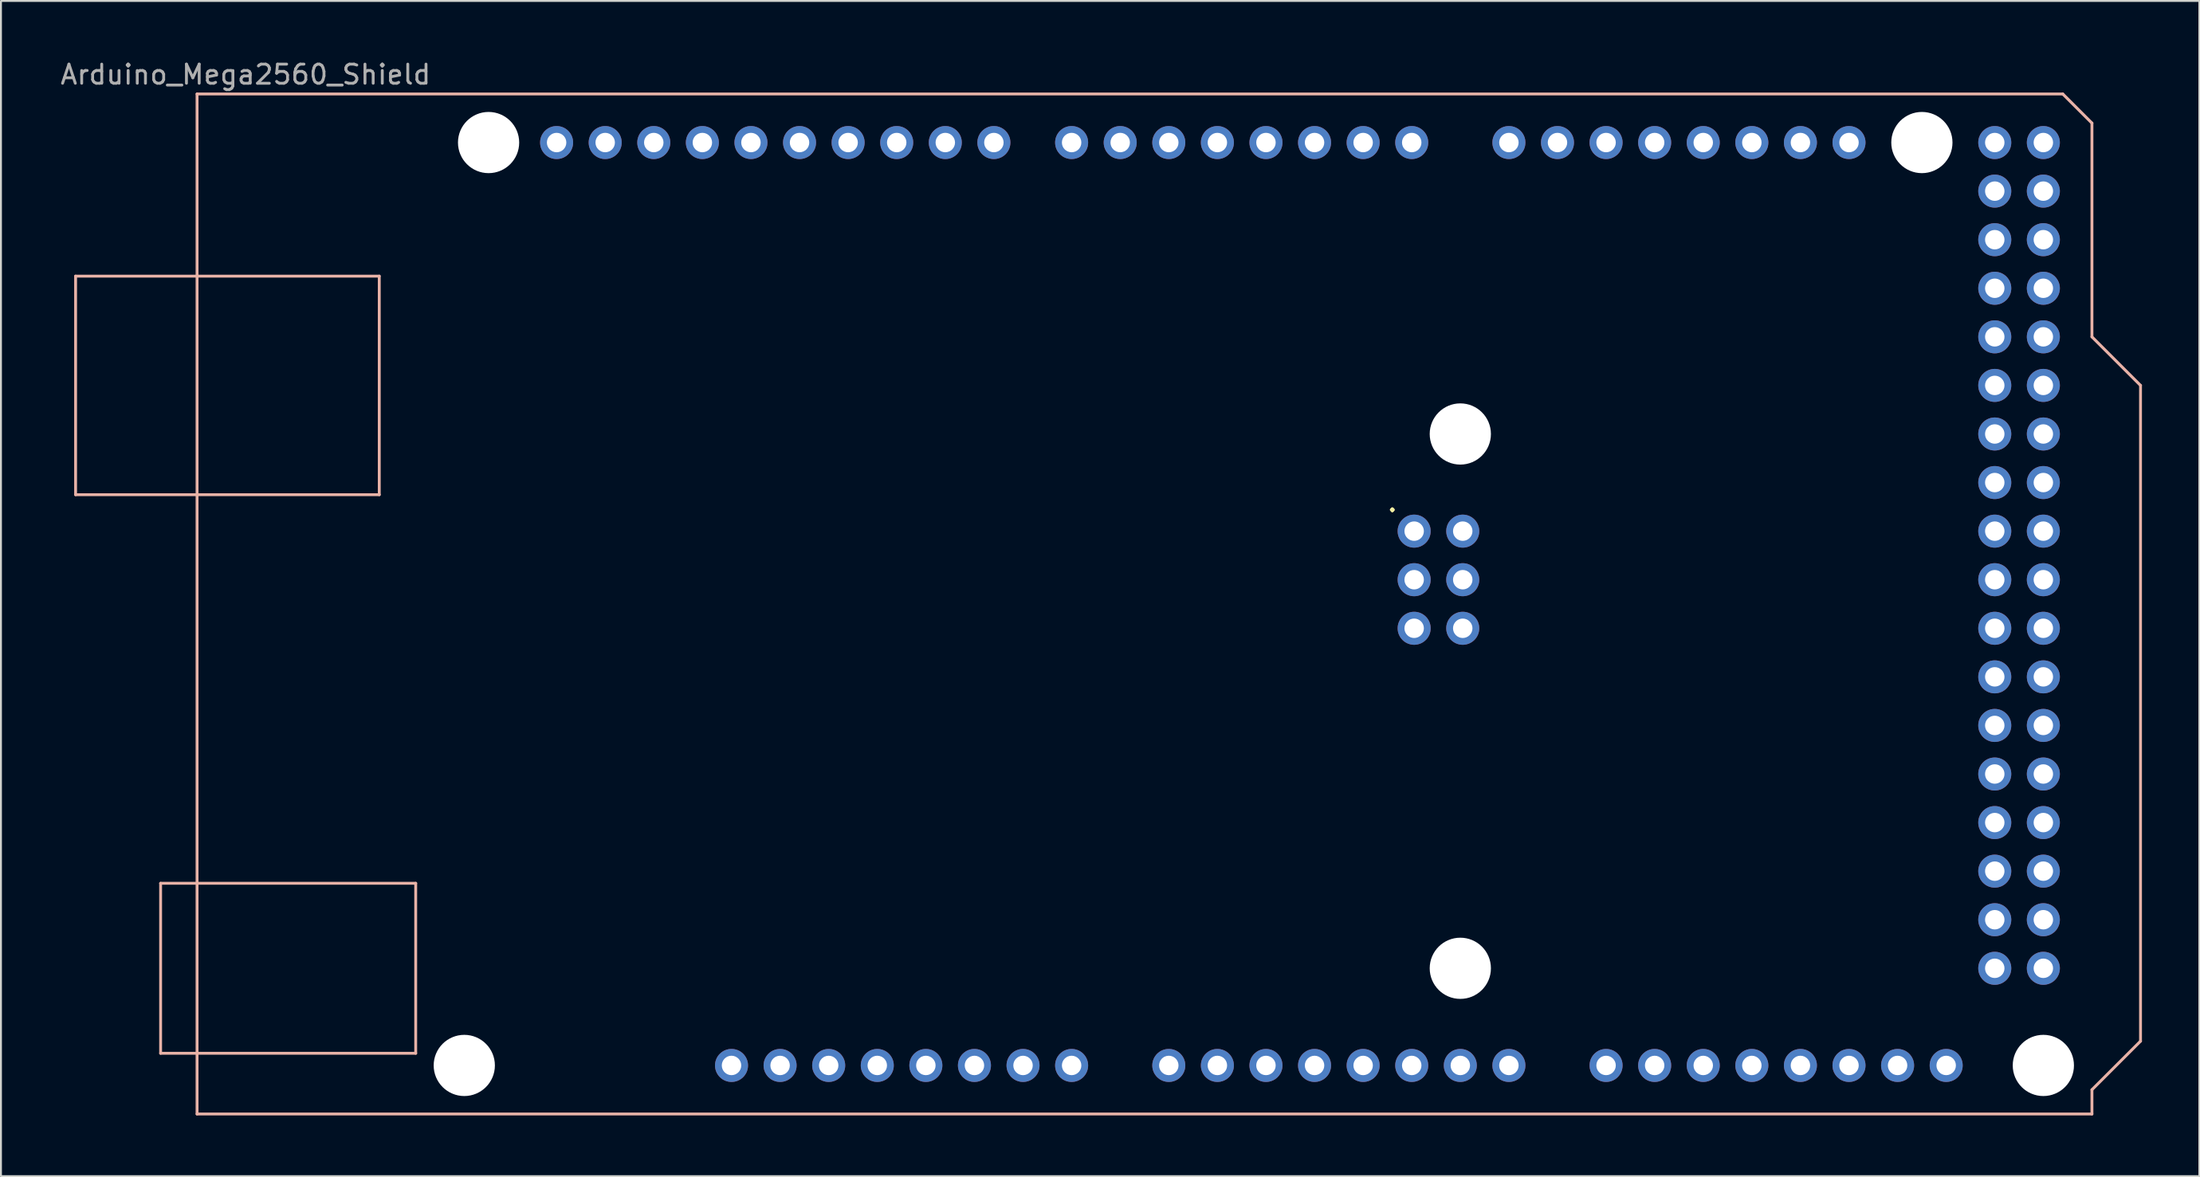
<source format=kicad_pcb>
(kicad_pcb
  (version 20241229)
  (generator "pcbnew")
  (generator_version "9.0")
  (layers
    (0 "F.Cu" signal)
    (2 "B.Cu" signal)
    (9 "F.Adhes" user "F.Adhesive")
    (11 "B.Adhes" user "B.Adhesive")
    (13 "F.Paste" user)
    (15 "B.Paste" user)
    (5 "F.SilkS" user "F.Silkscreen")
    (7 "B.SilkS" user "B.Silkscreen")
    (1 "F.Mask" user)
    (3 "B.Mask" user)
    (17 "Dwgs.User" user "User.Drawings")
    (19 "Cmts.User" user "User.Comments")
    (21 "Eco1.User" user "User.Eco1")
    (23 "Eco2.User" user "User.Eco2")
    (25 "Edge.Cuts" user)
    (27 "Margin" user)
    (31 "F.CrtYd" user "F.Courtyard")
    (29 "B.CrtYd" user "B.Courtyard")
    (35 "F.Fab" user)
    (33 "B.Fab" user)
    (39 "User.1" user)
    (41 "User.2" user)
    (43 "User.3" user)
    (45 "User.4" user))
  (footprint "Arduino_Mega2560_Shield"
    (layer "F.Cu")
    (at 7.252 55.204)
    (property "Reference" "Arduino_Mega2560_Shield" (at 2.54 -54.356 0) (layer "F.Fab") (effects (font (size 1 1) (thickness 0.15))))
    (attr through_hole)
    (fp_line (start -6.35 -43.815) (end -6.35 -32.385) (stroke (width 0.15) (type solid)) (layer "B.SilkS"))
    (fp_line (start -1.905 -12.065) (end -1.905 -3.175) (stroke (width 0.15) (type solid)) (layer "B.SilkS"))
    (fp_line (start -1.905 -12.065) (end 11.43 -12.065) (stroke (width 0.15) (type solid)) (layer "B.SilkS"))
    (fp_line (start -1.905 -3.175) (end 11.43 -3.175) (stroke (width 0.15) (type solid)) (layer "B.SilkS"))
    (fp_line (start 0 -53.34) (end 0 0) (stroke (width 0.15) (type solid)) (layer "B.SilkS"))
    (fp_line (start 0 -53.34) (end 97.536 -53.34) (stroke (width 0.15) (type solid)) (layer "B.SilkS"))
    (fp_line (start 0 0) (end 99.06 0) (stroke (width 0.15) (type solid)) (layer "B.SilkS"))
    (fp_line (start 9.525 -43.815) (end -6.35 -43.815) (stroke (width 0.15) (type solid)) (layer "B.SilkS"))
    (fp_line (start 9.525 -43.815) (end 9.525 -32.385) (stroke (width 0.15) (type solid)) (layer "B.SilkS"))
    (fp_line (start 9.525 -32.385) (end -6.35 -32.385) (stroke (width 0.15) (type solid)) (layer "B.SilkS"))
    (fp_line (start 11.43 -12.065) (end 11.43 -3.175) (stroke (width 0.15) (type solid)) (layer "B.SilkS"))
    (fp_line (start 97.536 -53.34) (end 99.06 -51.816) (stroke (width 0.15) (type solid)) (layer "B.SilkS"))
    (fp_line (start 99.06 -40.64) (end 99.06 -51.816) (stroke (width 0.15) (type solid)) (layer "B.SilkS"))
    (fp_line (start 99.06 -1.27) (end 101.6 -3.81) (stroke (width 0.15) (type solid)) (layer "B.SilkS"))
    (fp_line (start 99.06 0) (end 99.06 -1.27) (stroke (width 0.15) (type solid)) (layer "B.SilkS"))
    (fp_line (start 101.6 -38.1) (end 99.06 -40.64) (stroke (width 0.15) (type solid)) (layer "B.SilkS"))
    (fp_line (start 101.6 -3.81) (end 101.6 -38.1) (stroke (width 0.15) (type solid)) (layer "B.SilkS"))
    (fp_text user "." (at 62.484 -32.004 0) (layer "F.SilkS") (effects (font (size 1 1) (thickness 0.15))))
    (pad "" np_thru_hole circle (at 13.97 -2.54) (size 3.2 3.2) (drill 3.2) (layers "*.Cu" "*.Mask"))
    (pad "" np_thru_hole circle (at 15.24 -50.8) (size 3.2 3.2) (drill 3.2) (layers "*.Cu" "*.Mask"))
    (pad "" thru_hole oval (at 27.94 -2.54) (size 1.727 1.727) (drill 1.016) (layers "*.Cu" "*.Mask"))
    (pad "" np_thru_hole circle (at 66.04 -35.56) (size 3.2 3.2) (drill 3.2) (layers "*.Cu" "*.Mask"))
    (pad "" np_thru_hole circle (at 66.04 -7.62) (size 3.2 3.2) (drill 3.2) (layers "*.Cu" "*.Mask"))
    (pad "" np_thru_hole circle (at 90.17 -50.8) (size 3.2 3.2) (drill 3.2) (layers "*.Cu" "*.Mask"))
    (pad "" np_thru_hole circle (at 96.52 -2.54) (size 3.2 3.2) (drill 3.2) (layers "*.Cu" "*.Mask"))
    (pad "3V3" thru_hole oval (at 35.56 -2.54) (size 1.727 1.727) (drill 1.016) (layers "*.Cu" "*.Mask"))
    (pad "5V1" thru_hole oval (at 38.1 -2.54) (size 1.727 1.727) (drill 1.016) (layers "*.Cu" "*.Mask"))
    (pad "5V2" thru_hole oval (at 66.167 -30.48) (size 1.727 1.727) (drill 1.016) (layers "*.Cu" "*.Mask"))
    (pad "5V3" thru_hole oval (at 93.98 -50.8) (size 1.727 1.727) (drill 1.016) (layers "*.Cu" "*.Mask"))
    (pad "5V4" thru_hole oval (at 96.52 -50.8) (size 1.727 1.727) (drill 1.016) (layers "*.Cu" "*.Mask"))
    (pad "A0" thru_hole oval (at 50.8 -2.54) (size 1.727 1.727) (drill 1.016) (layers "*.Cu" "*.Mask"))
    (pad "A1" thru_hole oval (at 53.34 -2.54) (size 1.727 1.727) (drill 1.016) (layers "*.Cu" "*.Mask"))
    (pad "A2" thru_hole oval (at 55.88 -2.54) (size 1.727 1.727) (drill 1.016) (layers "*.Cu" "*.Mask"))
    (pad "A3" thru_hole oval (at 58.42 -2.54) (size 1.727 1.727) (drill 1.016) (layers "*.Cu" "*.Mask"))
    (pad "A4" thru_hole oval (at 60.96 -2.54) (size 1.727 1.727) (drill 1.016) (layers "*.Cu" "*.Mask"))
    (pad "A5" thru_hole oval (at 63.5 -2.54) (size 1.727 1.727) (drill 1.016) (layers "*.Cu" "*.Mask"))
    (pad "A6" thru_hole oval (at 66.04 -2.54) (size 1.727 1.727) (drill 1.016) (layers "*.Cu" "*.Mask"))
    (pad "A7" thru_hole oval (at 68.58 -2.54) (size 1.727 1.727) (drill 1.016) (layers "*.Cu" "*.Mask"))
    (pad "A8" thru_hole oval (at 73.66 -2.54) (size 1.727 1.727) (drill 1.016) (layers "*.Cu" "*.Mask"))
    (pad "A9" thru_hole oval (at 76.2 -2.54) (size 1.727 1.727) (drill 1.016) (layers "*.Cu" "*.Mask"))
    (pad "A10" thru_hole oval (at 78.74 -2.54) (size 1.727 1.727) (drill 1.016) (layers "*.Cu" "*.Mask"))
    (pad "A11" thru_hole oval (at 81.28 -2.54) (size 1.727 1.727) (drill 1.016) (layers "*.Cu" "*.Mask"))
    (pad "A12" thru_hole oval (at 83.82 -2.54) (size 1.727 1.727) (drill 1.016) (layers "*.Cu" "*.Mask"))
    (pad "A13" thru_hole oval (at 86.36 -2.54) (size 1.727 1.727) (drill 1.016) (layers "*.Cu" "*.Mask"))
    (pad "A14" thru_hole oval (at 88.9 -2.54) (size 1.727 1.727) (drill 1.016) (layers "*.Cu" "*.Mask"))
    (pad "A15" thru_hole oval (at 91.44 -2.54) (size 1.727 1.727) (drill 1.016) (layers "*.Cu" "*.Mask"))
    (pad "AREF" thru_hole oval (at 23.876 -50.8) (size 1.727 1.727) (drill 1.016) (layers "*.Cu" "*.Mask"))
    (pad "D0" thru_hole oval (at 63.5 -50.8) (size 1.727 1.727) (drill 1.016) (layers "*.Cu" "*.Mask"))
    (pad "D1" thru_hole oval (at 60.96 -50.8) (size 1.727 1.727) (drill 1.016) (layers "*.Cu" "*.Mask"))
    (pad "D2" thru_hole oval (at 58.42 -50.8) (size 1.727 1.727) (drill 1.016) (layers "*.Cu" "*.Mask"))
    (pad "D3" thru_hole oval (at 55.88 -50.8) (size 1.727 1.727) (drill 1.016) (layers "*.Cu" "*.Mask"))
    (pad "D4" thru_hole oval (at 53.34 -50.8) (size 1.727 1.727) (drill 1.016) (layers "*.Cu" "*.Mask"))
    (pad "D5" thru_hole oval (at 50.8 -50.8) (size 1.727 1.727) (drill 1.016) (layers "*.Cu" "*.Mask"))
    (pad "D6" thru_hole oval (at 48.26 -50.8) (size 1.727 1.727) (drill 1.016) (layers "*.Cu" "*.Mask"))
    (pad "D7" thru_hole oval (at 45.72 -50.8) (size 1.727 1.727) (drill 1.016) (layers "*.Cu" "*.Mask"))
    (pad "D8" thru_hole oval (at 41.656 -50.8) (size 1.727 1.727) (drill 1.016) (layers "*.Cu" "*.Mask"))
    (pad "D9" thru_hole oval (at 39.116 -50.8) (size 1.727 1.727) (drill 1.016) (layers "*.Cu" "*.Mask"))
    (pad "D10" thru_hole oval (at 36.576 -50.8) (size 1.727 1.727) (drill 1.016) (layers "*.Cu" "*.Mask"))
    (pad "D11" thru_hole oval (at 34.036 -50.8) (size 1.727 1.727) (drill 1.016) (layers "*.Cu" "*.Mask"))
    (pad "D12" thru_hole oval (at 31.496 -50.8) (size 1.727 1.727) (drill 1.016) (layers "*.Cu" "*.Mask"))
    (pad "D13" thru_hole oval (at 28.956 -50.8) (size 1.727 1.727) (drill 1.016) (layers "*.Cu" "*.Mask"))
    (pad "D14" thru_hole oval (at 68.58 -50.8) (size 1.727 1.727) (drill 1.016) (layers "*.Cu" "*.Mask"))
    (pad "D15" thru_hole oval (at 71.12 -50.8) (size 1.727 1.727) (drill 1.016) (layers "*.Cu" "*.Mask"))
    (pad "D16" thru_hole oval (at 73.66 -50.8) (size 1.727 1.727) (drill 1.016) (layers "*.Cu" "*.Mask"))
    (pad "D17" thru_hole oval (at 76.2 -50.8) (size 1.727 1.727) (drill 1.016) (layers "*.Cu" "*.Mask"))
    (pad "D18" thru_hole oval (at 78.74 -50.8) (size 1.727 1.727) (drill 1.016) (layers "*.Cu" "*.Mask"))
    (pad "D19" thru_hole oval (at 81.28 -50.8) (size 1.727 1.727) (drill 1.016) (layers "*.Cu" "*.Mask"))
    (pad "D20" thru_hole oval (at 83.82 -50.8) (size 1.727 1.727) (drill 1.016) (layers "*.Cu" "*.Mask"))
    (pad "D21" thru_hole oval (at 86.36 -50.8) (size 1.727 1.727) (drill 1.016) (layers "*.Cu" "*.Mask"))
    (pad "D22" thru_hole oval (at 93.98 -48.26) (size 1.727 1.727) (drill 1.016) (layers "*.Cu" "*.Mask"))
    (pad "D23" thru_hole oval (at 96.52 -48.26) (size 1.727 1.727) (drill 1.016) (layers "*.Cu" "*.Mask"))
    (pad "D24" thru_hole oval (at 93.98 -45.72) (size 1.727 1.727) (drill 1.016) (layers "*.Cu" "*.Mask"))
    (pad "D25" thru_hole oval (at 96.52 -45.72) (size 1.727 1.727) (drill 1.016) (layers "*.Cu" "*.Mask"))
    (pad "D26" thru_hole oval (at 93.98 -43.18) (size 1.727 1.727) (drill 1.016) (layers "*.Cu" "*.Mask"))
    (pad "D27" thru_hole oval (at 96.52 -43.18) (size 1.727 1.727) (drill 1.016) (layers "*.Cu" "*.Mask"))
    (pad "D28" thru_hole oval (at 93.98 -40.64) (size 1.727 1.727) (drill 1.016) (layers "*.Cu" "*.Mask"))
    (pad "D29" thru_hole oval (at 96.52 -40.64) (size 1.727 1.727) (drill 1.016) (layers "*.Cu" "*.Mask"))
    (pad "D30" thru_hole oval (at 93.98 -38.1) (size 1.727 1.727) (drill 1.016) (layers "*.Cu" "*.Mask"))
    (pad "D31" thru_hole oval (at 96.52 -38.1) (size 1.727 1.727) (drill 1.016) (layers "*.Cu" "*.Mask"))
    (pad "D32" thru_hole oval (at 93.98 -35.56) (size 1.727 1.727) (drill 1.016) (layers "*.Cu" "*.Mask"))
    (pad "D33" thru_hole oval (at 96.52 -35.56) (size 1.727 1.727) (drill 1.016) (layers "*.Cu" "*.Mask"))
    (pad "D34" thru_hole oval (at 93.98 -33.02) (size 1.727 1.727) (drill 1.016) (layers "*.Cu" "*.Mask"))
    (pad "D35" thru_hole oval (at 96.52 -33.02) (size 1.727 1.727) (drill 1.016) (layers "*.Cu" "*.Mask"))
    (pad "D36" thru_hole oval (at 93.98 -30.48) (size 1.727 1.727) (drill 1.016) (layers "*.Cu" "*.Mask"))
    (pad "D37" thru_hole oval (at 96.52 -30.48) (size 1.727 1.727) (drill 1.016) (layers "*.Cu" "*.Mask"))
    (pad "D38" thru_hole oval (at 93.98 -27.94) (size 1.727 1.727) (drill 1.016) (layers "*.Cu" "*.Mask"))
    (pad "D39" thru_hole oval (at 96.52 -27.94) (size 1.727 1.727) (drill 1.016) (layers "*.Cu" "*.Mask"))
    (pad "D40" thru_hole oval (at 93.98 -25.4) (size 1.727 1.727) (drill 1.016) (layers "*.Cu" "*.Mask"))
    (pad "D41" thru_hole oval (at 96.52 -25.4) (size 1.727 1.727) (drill 1.016) (layers "*.Cu" "*.Mask"))
    (pad "D42" thru_hole oval (at 93.98 -22.86) (size 1.727 1.727) (drill 1.016) (layers "*.Cu" "*.Mask"))
    (pad "D43" thru_hole oval (at 96.52 -22.86) (size 1.727 1.727) (drill 1.016) (layers "*.Cu" "*.Mask"))
    (pad "D44" thru_hole oval (at 93.98 -20.32) (size 1.727 1.727) (drill 1.016) (layers "*.Cu" "*.Mask"))
    (pad "D45" thru_hole oval (at 96.52 -20.32) (size 1.727 1.727) (drill 1.016) (layers "*.Cu" "*.Mask"))
    (pad "D46" thru_hole oval (at 93.98 -17.78) (size 1.727 1.727) (drill 1.016) (layers "*.Cu" "*.Mask"))
    (pad "D47" thru_hole oval (at 96.52 -17.78) (size 1.727 1.727) (drill 1.016) (layers "*.Cu" "*.Mask"))
    (pad "D48" thru_hole oval (at 93.98 -15.24) (size 1.727 1.727) (drill 1.016) (layers "*.Cu" "*.Mask"))
    (pad "D49" thru_hole oval (at 96.52 -15.24) (size 1.727 1.727) (drill 1.016) (layers "*.Cu" "*.Mask"))
    (pad "D50" thru_hole oval (at 93.98 -12.7) (size 1.727 1.727) (drill 1.016) (layers "*.Cu" "*.Mask"))
    (pad "D51" thru_hole oval (at 96.52 -12.7) (size 1.727 1.727) (drill 1.016) (layers "*.Cu" "*.Mask"))
    (pad "D52" thru_hole oval (at 93.98 -10.16) (size 1.727 1.727) (drill 1.016) (layers "*.Cu" "*.Mask"))
    (pad "D53" thru_hole oval (at 96.52 -10.16) (size 1.727 1.727) (drill 1.016) (layers "*.Cu" "*.Mask"))
    (pad "GND1" thru_hole oval (at 26.416 -50.8) (size 1.727 1.727) (drill 1.016) (layers "*.Cu" "*.Mask"))
    (pad "GND2" thru_hole oval (at 40.64 -2.54) (size 1.727 1.727) (drill 1.016) (layers "*.Cu" "*.Mask"))
    (pad "GND3" thru_hole oval (at 43.18 -2.54) (size 1.727 1.727) (drill 1.016) (layers "*.Cu" "*.Mask"))
    (pad "GND4" thru_hole oval (at 66.167 -25.4) (size 1.727 1.727) (drill 1.016) (layers "*.Cu" "*.Mask"))
    (pad "GND5" thru_hole oval (at 93.98 -7.62) (size 1.727 1.727) (drill 1.016) (layers "*.Cu" "*.Mask"))
    (pad "GND6" thru_hole oval (at 96.52 -7.62) (size 1.727 1.727) (drill 1.016) (layers "*.Cu" "*.Mask"))
    (pad "IORF" thru_hole oval (at 30.48 -2.54) (size 1.727 1.727) (drill 1.016) (layers "*.Cu" "*.Mask"))
    (pad "MISO" thru_hole oval (at 63.627 -30.48) (size 1.727 1.727) (drill 1.016) (layers "*.Cu" "*.Mask"))
    (pad "MOSI" thru_hole oval (at 66.167 -27.94) (size 1.727 1.727) (drill 1.016) (layers "*.Cu" "*.Mask"))
    (pad "RST1" thru_hole oval (at 33.02 -2.54) (size 1.727 1.727) (drill 1.016) (layers "*.Cu" "*.Mask"))
    (pad "RST2" thru_hole oval (at 63.627 -25.4) (size 1.727 1.727) (drill 1.016) (layers "*.Cu" "*.Mask"))
    (pad "SCK" thru_hole oval (at 63.627 -27.94) (size 1.727 1.727) (drill 1.016) (layers "*.Cu" "*.Mask"))
    (pad "SCL" thru_hole oval (at 18.796 -50.8) (size 1.727 1.727) (drill 1.016) (layers "*.Cu" "*.Mask"))
    (pad "SDA" thru_hole oval (at 21.336 -50.8) (size 1.727 1.727) (drill 1.016) (layers "*.Cu" "*.Mask"))
    (pad "VIN" thru_hole oval (at 45.72 -2.54) (size 1.727 1.727) (drill 1.016) (layers "*.Cu" "*.Mask")))
  (gr_rect
    (start -3 -3)
    (end 111.927 58.454)
    (stroke (width 0.1) (type default))
    (fill no)
    (layer "Edge.Cuts")))
</source>
